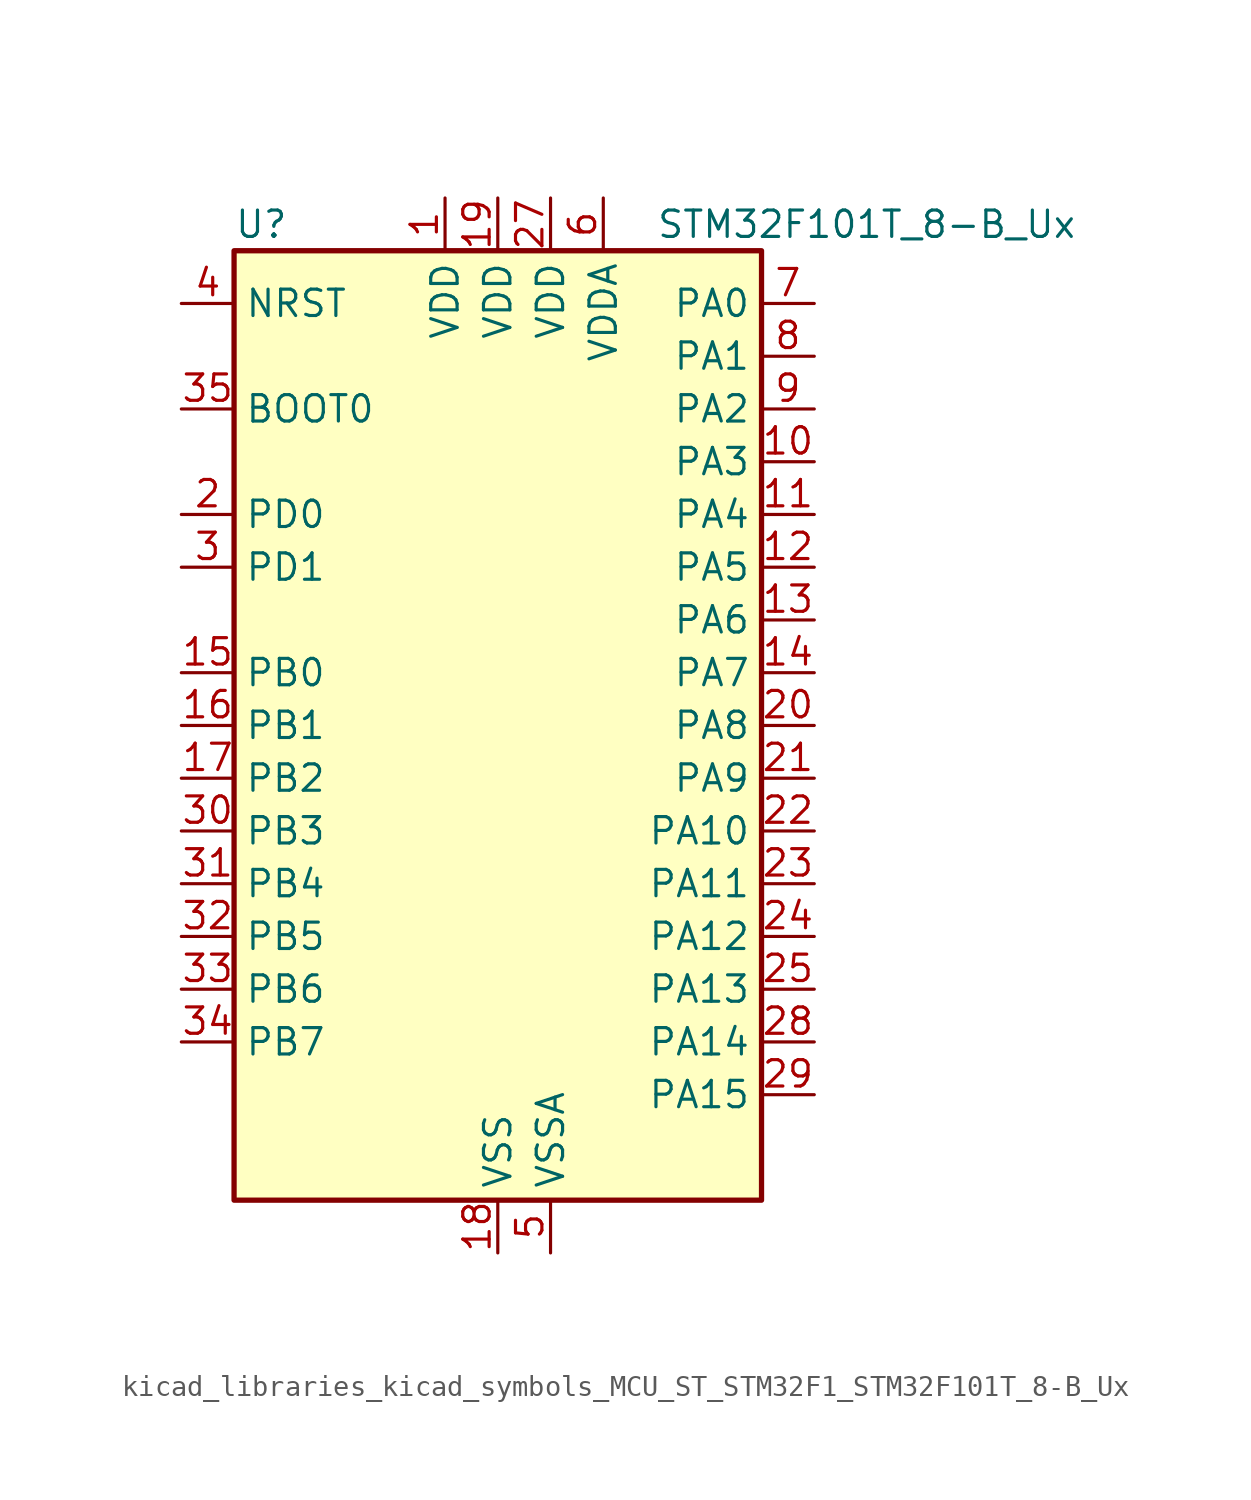
<source format=kicad_sym>
(kicad_symbol_lib
  (version 20220914)
  (generator kicad_symbol_editor)
  (symbol "kicad_libraries_kicad_symbols_MCU_ST_STM32F1_STM32F101T_8-B_Ux"
    (property "Reference" "U"
      (at -12.7 24.13 0)
      (effects (font (size 1.27 1.27)) (justify left)))
    (property "Value" "STM32F101T_8-B_Ux"
      (at 7.62 24.13 0)
      (effects (font (size 1.27 1.27)) (justify left)))
    (property "ki_locked" ""
      (at 0 0 0)
      (effects (font (size 1.27 1.27))))
    (symbol "kicad_libraries_kicad_symbols_MCU_ST_STM32F1_STM32F101T_8-B_Ux_0_1"
      (rectangle (start -12.7 -22.86) (end 12.7 22.86) (stroke (width 0.254) (type default)) (fill (type background))))
    (symbol "kicad_libraries_kicad_symbols_MCU_ST_STM32F1_STM32F101T_8-B_Ux_1_1"
      (pin power_in line (at -2.54 25.4 270) (length 2.54) (name "VDD" (effects (font (size 1.27 1.27)))) (number "1" (effects (font (size 1.27 1.27)))))
      (pin bidirectional line (at 15.24 12.7 180) (length 2.54) (name "PA3" (effects (font (size 1.27 1.27)))) (number "10" (effects (font (size 1.27 1.27)))) (alternate "ADC1_IN3" bidirectional line) (alternate "TIM2_CH4" bidirectional line) (alternate "USART2_RX" bidirectional line))
      (pin bidirectional line (at 15.24 10.16 180) (length 2.54) (name "PA4" (effects (font (size 1.27 1.27)))) (number "11" (effects (font (size 1.27 1.27)))) (alternate "ADC1_IN4" bidirectional line) (alternate "SPI1_NSS" bidirectional line) (alternate "USART2_CK" bidirectional line))
      (pin bidirectional line (at 15.24 7.62 180) (length 2.54) (name "PA5" (effects (font (size 1.27 1.27)))) (number "12" (effects (font (size 1.27 1.27)))) (alternate "ADC1_IN5" bidirectional line) (alternate "SPI1_SCK" bidirectional line))
      (pin bidirectional line (at 15.24 5.08 180) (length 2.54) (name "PA6" (effects (font (size 1.27 1.27)))) (number "13" (effects (font (size 1.27 1.27)))) (alternate "ADC1_IN6" bidirectional line) (alternate "SPI1_MISO" bidirectional line) (alternate "TIM3_CH1" bidirectional line))
      (pin bidirectional line (at 15.24 2.54 180) (length 2.54) (name "PA7" (effects (font (size 1.27 1.27)))) (number "14" (effects (font (size 1.27 1.27)))) (alternate "ADC1_IN7" bidirectional line) (alternate "SPI1_MOSI" bidirectional line) (alternate "TIM3_CH2" bidirectional line))
      (pin bidirectional line (at -15.24 2.54 0) (length 2.54) (name "PB0" (effects (font (size 1.27 1.27)))) (number "15" (effects (font (size 1.27 1.27)))) (alternate "ADC1_IN8" bidirectional line) (alternate "TIM3_CH3" bidirectional line))
      (pin bidirectional line (at -15.24 0 0) (length 2.54) (name "PB1" (effects (font (size 1.27 1.27)))) (number "16" (effects (font (size 1.27 1.27)))) (alternate "ADC1_IN9" bidirectional line) (alternate "TIM3_CH4" bidirectional line))
      (pin bidirectional line (at -15.24 -2.54 0) (length 2.54) (name "PB2" (effects (font (size 1.27 1.27)))) (number "17" (effects (font (size 1.27 1.27)))))
      (pin power_in line (at 0 -25.4 90) (length 2.54) (name "VSS" (effects (font (size 1.27 1.27)))) (number "18" (effects (font (size 1.27 1.27)))))
      (pin power_in line (at 0 25.4 270) (length 2.54) (name "VDD" (effects (font (size 1.27 1.27)))) (number "19" (effects (font (size 1.27 1.27)))))
      (pin bidirectional line (at -15.24 10.16 0) (length 2.54) (name "PD0" (effects (font (size 1.27 1.27)))) (number "2" (effects (font (size 1.27 1.27)))) (alternate "RCC_OSC_IN" bidirectional line))
      (pin bidirectional line (at 15.24 0 180) (length 2.54) (name "PA8" (effects (font (size 1.27 1.27)))) (number "20" (effects (font (size 1.27 1.27)))) (alternate "RCC_MCO" bidirectional line) (alternate "USART1_CK" bidirectional line))
      (pin bidirectional line (at 15.24 -2.54 180) (length 2.54) (name "PA9" (effects (font (size 1.27 1.27)))) (number "21" (effects (font (size 1.27 1.27)))) (alternate "USART1_TX" bidirectional line))
      (pin bidirectional line (at 15.24 -5.08 180) (length 2.54) (name "PA10" (effects (font (size 1.27 1.27)))) (number "22" (effects (font (size 1.27 1.27)))) (alternate "USART1_RX" bidirectional line))
      (pin bidirectional line (at 15.24 -7.62 180) (length 2.54) (name "PA11" (effects (font (size 1.27 1.27)))) (number "23" (effects (font (size 1.27 1.27)))) (alternate "ADC1_EXTI11" bidirectional line) (alternate "USART1_CTS" bidirectional line))
      (pin bidirectional line (at 15.24 -10.16 180) (length 2.54) (name "PA12" (effects (font (size 1.27 1.27)))) (number "24" (effects (font (size 1.27 1.27)))) (alternate "USART1_RTS" bidirectional line))
      (pin bidirectional line (at 15.24 -12.7 180) (length 2.54) (name "PA13" (effects (font (size 1.27 1.27)))) (number "25" (effects (font (size 1.27 1.27)))) (alternate "SYS_JTMS-SWDIO" bidirectional line))
      (pin passive line (at 0 -25.4 90) (length 2.54) hide (name "VSS" (effects (font (size 1.27 1.27)))) (number "26" (effects (font (size 1.27 1.27)))))
      (pin power_in line (at 2.54 25.4 270) (length 2.54) (name "VDD" (effects (font (size 1.27 1.27)))) (number "27" (effects (font (size 1.27 1.27)))))
      (pin bidirectional line (at 15.24 -15.24 180) (length 2.54) (name "PA14" (effects (font (size 1.27 1.27)))) (number "28" (effects (font (size 1.27 1.27)))) (alternate "SYS_JTCK-SWCLK" bidirectional line))
      (pin bidirectional line (at 15.24 -17.78 180) (length 2.54) (name "PA15" (effects (font (size 1.27 1.27)))) (number "29" (effects (font (size 1.27 1.27)))) (alternate "ADC1_EXTI15" bidirectional line) (alternate "SPI1_NSS" bidirectional line) (alternate "SYS_JTDI" bidirectional line) (alternate "TIM2_CH1" bidirectional line) (alternate "TIM2_ETR" bidirectional line))
      (pin bidirectional line (at -15.24 7.62 0) (length 2.54) (name "PD1" (effects (font (size 1.27 1.27)))) (number "3" (effects (font (size 1.27 1.27)))) (alternate "RCC_OSC_OUT" bidirectional line))
      (pin bidirectional line (at -15.24 -5.08 0) (length 2.54) (name "PB3" (effects (font (size 1.27 1.27)))) (number "30" (effects (font (size 1.27 1.27)))) (alternate "SPI1_SCK" bidirectional line) (alternate "SYS_JTDO-TRACESWO" bidirectional line) (alternate "TIM2_CH2" bidirectional line))
      (pin bidirectional line (at -15.24 -7.62 0) (length 2.54) (name "PB4" (effects (font (size 1.27 1.27)))) (number "31" (effects (font (size 1.27 1.27)))) (alternate "SPI1_MISO" bidirectional line) (alternate "SYS_NJTRST" bidirectional line) (alternate "TIM3_CH1" bidirectional line))
      (pin bidirectional line (at -15.24 -10.16 0) (length 2.54) (name "PB5" (effects (font (size 1.27 1.27)))) (number "32" (effects (font (size 1.27 1.27)))) (alternate "I2C1_SMBA" bidirectional line) (alternate "SPI1_MOSI" bidirectional line) (alternate "TIM3_CH2" bidirectional line))
      (pin bidirectional line (at -15.24 -12.7 0) (length 2.54) (name "PB6" (effects (font (size 1.27 1.27)))) (number "33" (effects (font (size 1.27 1.27)))) (alternate "I2C1_SCL" bidirectional line) (alternate "TIM4_CH1" bidirectional line) (alternate "USART1_TX" bidirectional line))
      (pin bidirectional line (at -15.24 -15.24 0) (length 2.54) (name "PB7" (effects (font (size 1.27 1.27)))) (number "34" (effects (font (size 1.27 1.27)))) (alternate "I2C1_SDA" bidirectional line) (alternate "TIM4_CH2" bidirectional line) (alternate "USART1_RX" bidirectional line))
      (pin input line (at -15.24 15.24 0) (length 2.54) (name "BOOT0" (effects (font (size 1.27 1.27)))) (number "35" (effects (font (size 1.27 1.27)))))
      (pin passive line (at 0 -25.4 90) (length 2.54) hide (name "VSS" (effects (font (size 1.27 1.27)))) (number "36" (effects (font (size 1.27 1.27)))))
      (pin passive line (at 0 -25.4 90) (length 2.54) hide (name "VSS" (effects (font (size 1.27 1.27)))) (number "37" (effects (font (size 1.27 1.27)))))
      (pin input line (at -15.24 20.32 0) (length 2.54) (name "NRST" (effects (font (size 1.27 1.27)))) (number "4" (effects (font (size 1.27 1.27)))))
      (pin power_in line (at 2.54 -25.4 90) (length 2.54) (name "VSSA" (effects (font (size 1.27 1.27)))) (number "5" (effects (font (size 1.27 1.27)))))
      (pin power_in line (at 5.08 25.4 270) (length 2.54) (name "VDDA" (effects (font (size 1.27 1.27)))) (number "6" (effects (font (size 1.27 1.27)))))
      (pin bidirectional line (at 15.24 20.32 180) (length 2.54) (name "PA0" (effects (font (size 1.27 1.27)))) (number "7" (effects (font (size 1.27 1.27)))) (alternate "ADC1_IN0" bidirectional line) (alternate "SYS_WKUP" bidirectional line) (alternate "TIM2_CH1" bidirectional line) (alternate "TIM2_ETR" bidirectional line) (alternate "USART2_CTS" bidirectional line))
      (pin bidirectional line (at 15.24 17.78 180) (length 2.54) (name "PA1" (effects (font (size 1.27 1.27)))) (number "8" (effects (font (size 1.27 1.27)))) (alternate "ADC1_IN1" bidirectional line) (alternate "TIM2_CH2" bidirectional line) (alternate "USART2_RTS" bidirectional line))
      (pin bidirectional line (at 15.24 15.24 180) (length 2.54) (name "PA2" (effects (font (size 1.27 1.27)))) (number "9" (effects (font (size 1.27 1.27)))) (alternate "ADC1_IN2" bidirectional line) (alternate "TIM2_CH3" bidirectional line) (alternate "USART2_TX" bidirectional line)))))
</source>
